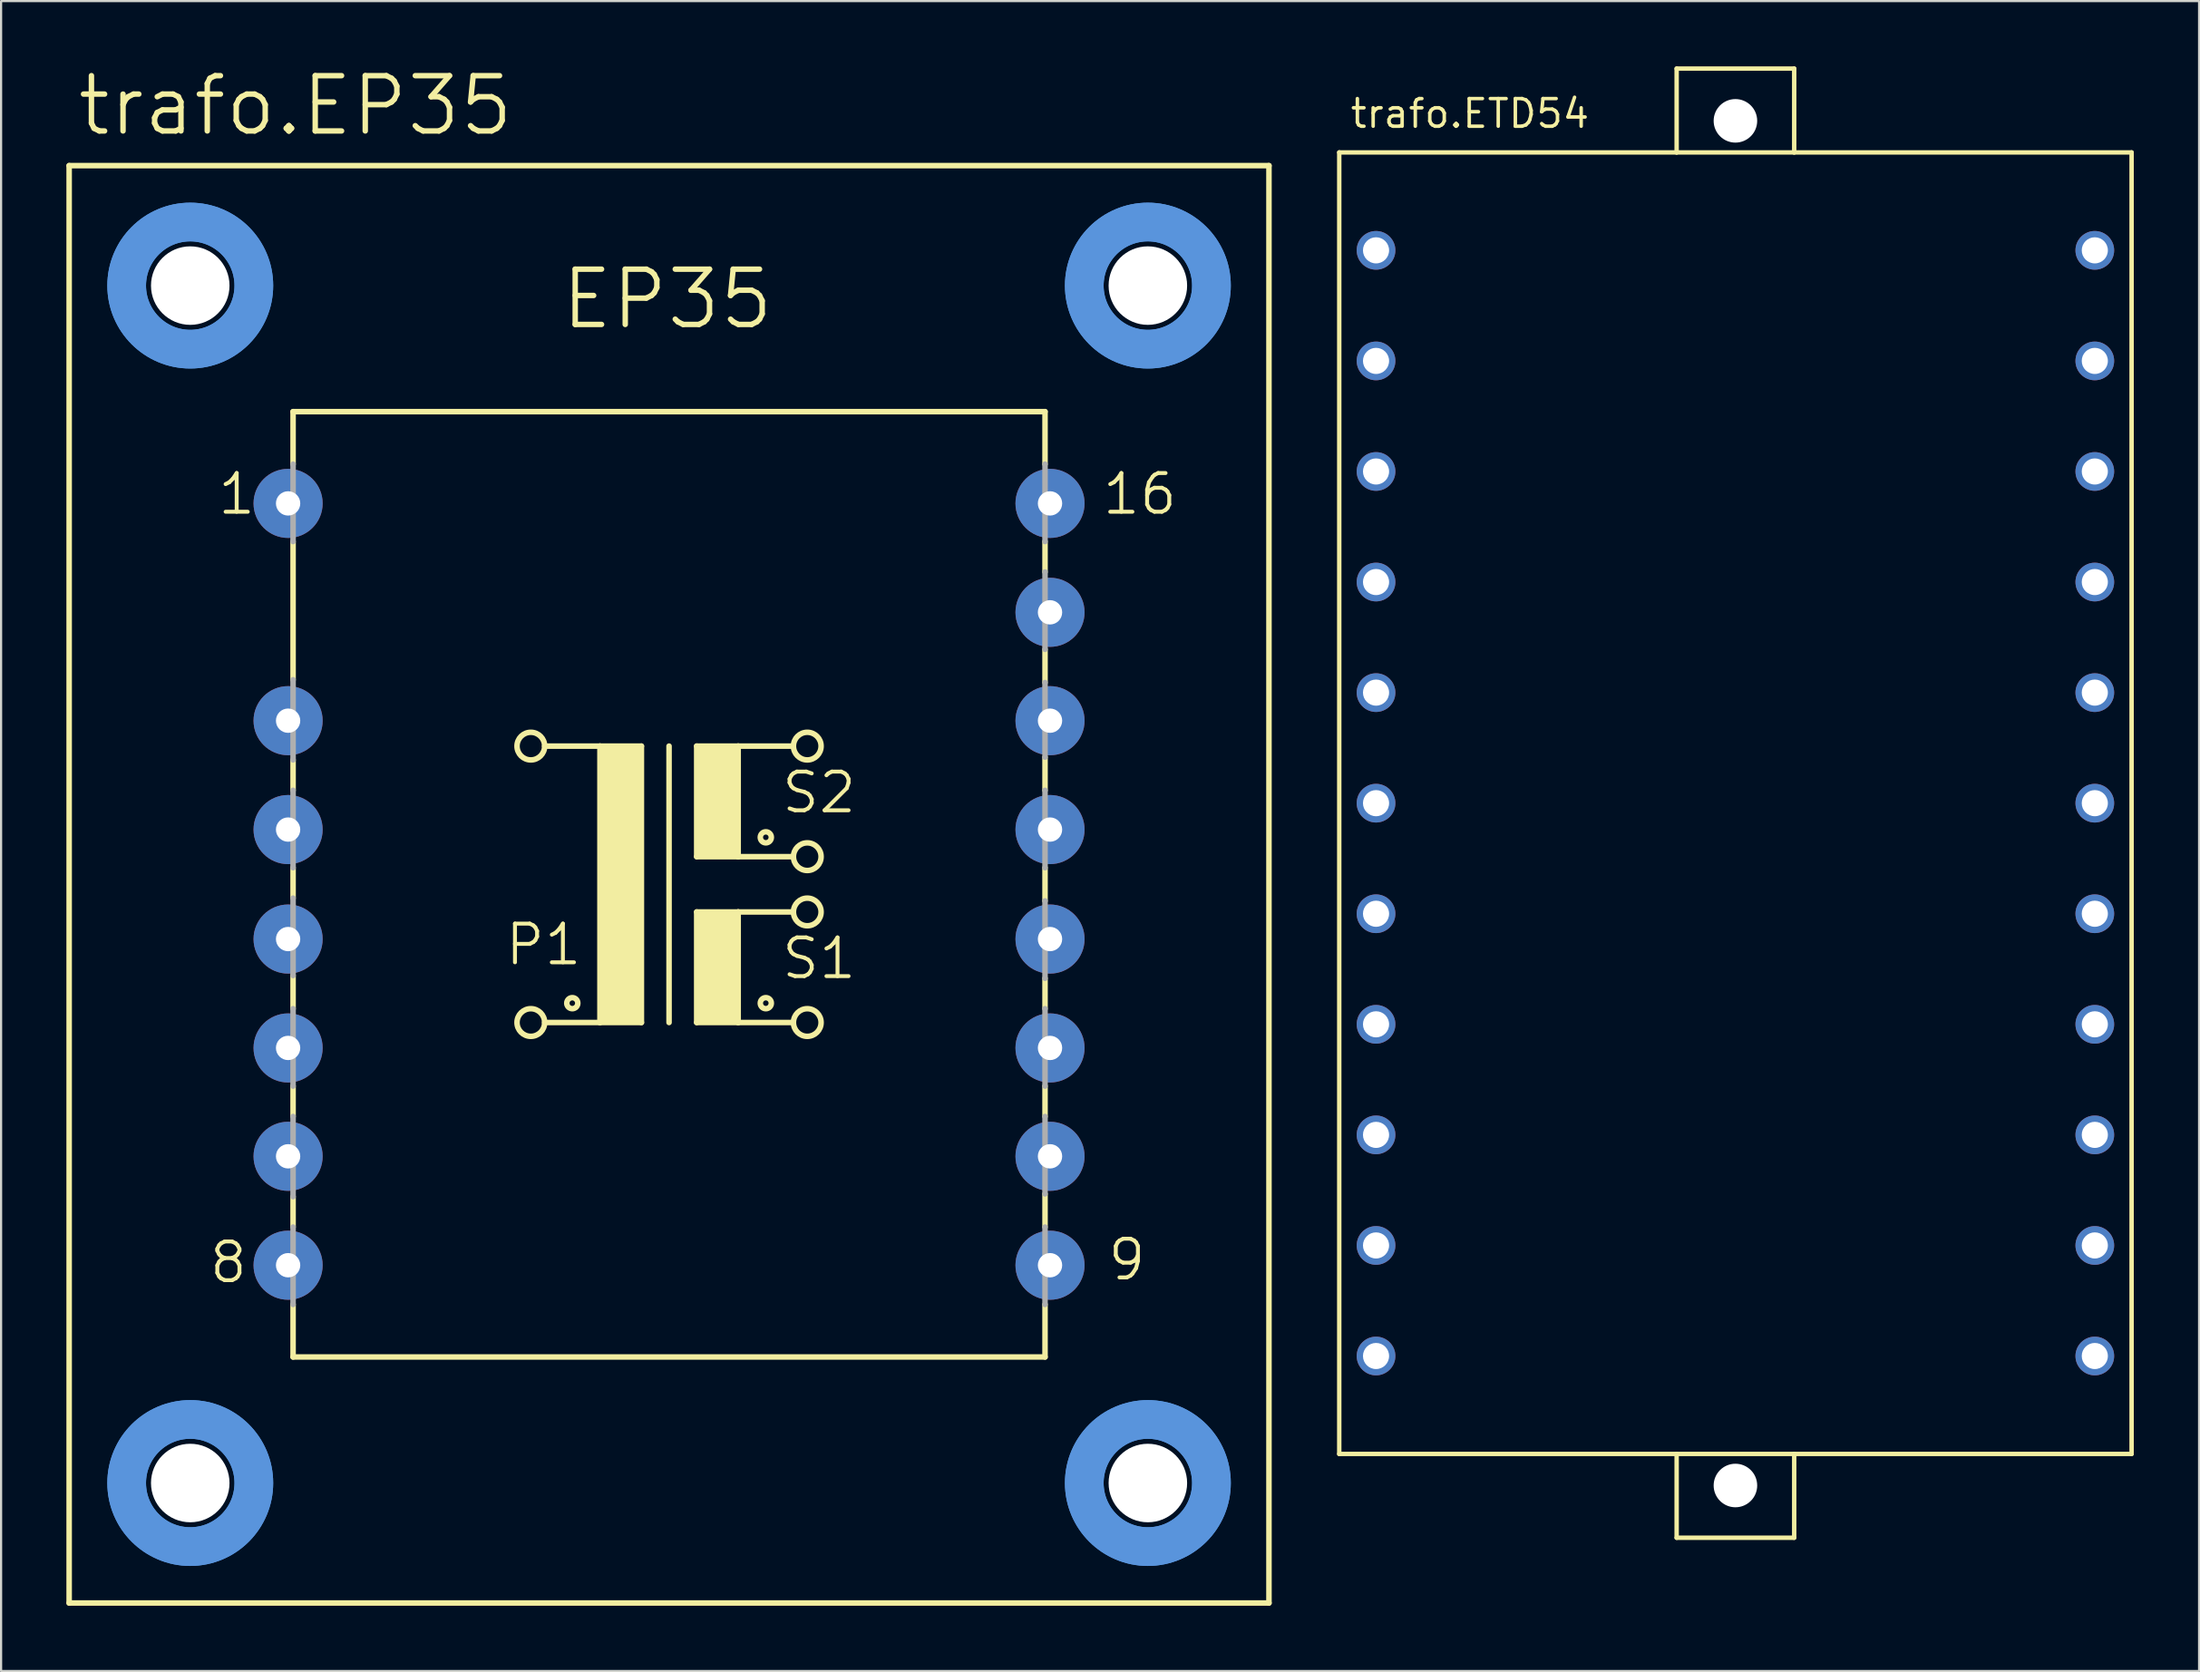
<source format=kicad_pcb>
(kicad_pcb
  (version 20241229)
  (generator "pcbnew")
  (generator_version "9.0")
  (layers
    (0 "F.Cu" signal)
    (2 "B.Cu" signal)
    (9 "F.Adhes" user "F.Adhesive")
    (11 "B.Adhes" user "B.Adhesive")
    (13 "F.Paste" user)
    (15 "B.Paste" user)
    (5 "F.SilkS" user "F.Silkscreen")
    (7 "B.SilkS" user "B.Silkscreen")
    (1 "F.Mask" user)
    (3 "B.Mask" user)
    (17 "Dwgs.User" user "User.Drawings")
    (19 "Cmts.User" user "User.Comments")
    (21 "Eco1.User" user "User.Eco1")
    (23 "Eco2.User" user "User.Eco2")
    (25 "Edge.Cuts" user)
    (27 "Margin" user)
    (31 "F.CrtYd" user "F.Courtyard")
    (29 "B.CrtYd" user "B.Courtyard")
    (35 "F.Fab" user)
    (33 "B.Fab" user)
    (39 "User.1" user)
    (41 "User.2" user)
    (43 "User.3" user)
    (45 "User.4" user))
  (footprint "trafo.ETD54"
    (layer "F.Cu")
    (at 76.674 33.852)
    (property "Reference" "trafo.ETD54" (at -17.775 -30.94 0) (layer "F.SilkS") (effects (font (size 1.27 1.27) (thickness 0.16)) (justify left bottom)))
    (attr through_hole)
    (fp_line (start -18.2 -29.9) (end -2.7 -29.9) (stroke (width 0.203) (type default)) (layer "F.SilkS"))
    (fp_line (start -18.2 29.9) (end -18.2 -29.9) (stroke (width 0.203) (type default)) (layer "F.SilkS"))
    (fp_line (start -2.7 -33.75) (end -2.7 -29.9) (stroke (width 0.203) (type default)) (layer "F.SilkS"))
    (fp_line (start -2.7 -29.9) (end 2.7 -29.9) (stroke (width 0.203) (type default)) (layer "F.SilkS"))
    (fp_line (start -2.7 33.75) (end -2.7 29.9) (stroke (width 0.203) (type default)) (layer "F.SilkS"))
    (fp_line (start -2.7 33.75) (end 2.7 33.75) (stroke (width 0.203) (type default)) (layer "F.SilkS"))
    (fp_line (start 2.7 -33.75) (end -2.7 -33.75) (stroke (width 0.203) (type default)) (layer "F.SilkS"))
    (fp_line (start 2.7 -33.75) (end 2.7 -29.9) (stroke (width 0.203) (type default)) (layer "F.SilkS"))
    (fp_line (start 2.7 -29.9) (end 18.2 -29.9) (stroke (width 0.203) (type default)) (layer "F.SilkS"))
    (fp_line (start 2.7 33.75) (end 2.7 29.9) (stroke (width 0.203) (type default)) (layer "F.SilkS"))
    (fp_line (start 18.2 -29.9) (end 18.2 29.9) (stroke (width 0.203) (type default)) (layer "F.SilkS"))
    (fp_line (start 18.2 29.9) (end -18.2 29.9) (stroke (width 0.203) (type default)) (layer "F.SilkS"))
    (pad "" np_thru_hole circle (at 0 -31.35) (size 2 2) (drill 2) (layers "*.Cu" "*.Mask"))
    (pad "" np_thru_hole circle (at 0 31.35) (size 2 2) (drill 2) (layers "*.Cu" "*.Mask"))
    (pad "1" thru_hole circle (at -16.51 -25.4) (size 1.778 1.778) (drill 1.2) (layers "*.Cu" "*.Mask"))
    (pad "2" thru_hole circle (at -16.51 -20.32) (size 1.778 1.778) (drill 1.2) (layers "*.Cu" "*.Mask"))
    (pad "3" thru_hole circle (at -16.51 -15.24) (size 1.778 1.778) (drill 1.2) (layers "*.Cu" "*.Mask"))
    (pad "4" thru_hole circle (at -16.51 -10.16) (size 1.778 1.778) (drill 1.2) (layers "*.Cu" "*.Mask"))
    (pad "5" thru_hole circle (at -16.51 -5.08) (size 1.778 1.778) (drill 1.2) (layers "*.Cu" "*.Mask"))
    (pad "6" thru_hole circle (at -16.51 0) (size 1.778 1.778) (drill 1.2) (layers "*.Cu" "*.Mask"))
    (pad "7" thru_hole circle (at -16.51 5.08) (size 1.778 1.778) (drill 1.2) (layers "*.Cu" "*.Mask"))
    (pad "8" thru_hole circle (at -16.51 10.16) (size 1.778 1.778) (drill 1.2) (layers "*.Cu" "*.Mask"))
    (pad "9" thru_hole circle (at -16.51 15.24) (size 1.778 1.778) (drill 1.2) (layers "*.Cu" "*.Mask"))
    (pad "10" thru_hole circle (at -16.51 20.32) (size 1.778 1.778) (drill 1.2) (layers "*.Cu" "*.Mask"))
    (pad "11" thru_hole circle (at -16.51 25.4) (size 1.778 1.778) (drill 1.2) (layers "*.Cu" "*.Mask"))
    (pad "12" thru_hole circle (at 16.51 25.4 180) (size 1.778 1.778) (drill 1.2) (layers "*.Cu" "*.Mask"))
    (pad "13" thru_hole circle (at 16.51 20.32 180) (size 1.778 1.778) (drill 1.2) (layers "*.Cu" "*.Mask"))
    (pad "14" thru_hole circle (at 16.51 15.24 180) (size 1.778 1.778) (drill 1.2) (layers "*.Cu" "*.Mask"))
    (pad "15" thru_hole circle (at 16.51 10.16 180) (size 1.778 1.778) (drill 1.2) (layers "*.Cu" "*.Mask"))
    (pad "16" thru_hole circle (at 16.51 5.08 180) (size 1.778 1.778) (drill 1.2) (layers "*.Cu" "*.Mask"))
    (pad "17" thru_hole circle (at 16.51 0 180) (size 1.778 1.778) (drill 1.2) (layers "*.Cu" "*.Mask"))
    (pad "18" thru_hole circle (at 16.51 -5.08 180) (size 1.778 1.778) (drill 1.2) (layers "*.Cu" "*.Mask"))
    (pad "19" thru_hole circle (at 16.51 -10.16 180) (size 1.778 1.778) (drill 1.2) (layers "*.Cu" "*.Mask"))
    (pad "20" thru_hole circle (at 16.51 -15.24 180) (size 1.778 1.778) (drill 1.2) (layers "*.Cu" "*.Mask"))
    (pad "21" thru_hole circle (at 16.51 -20.32 180) (size 1.778 1.778) (drill 1.2) (layers "*.Cu" "*.Mask"))
    (pad "22" thru_hole circle (at 16.51 -25.4 180) (size 1.778 1.778) (drill 1.2) (layers "*.Cu" "*.Mask")))
  (footprint "trafo.EP35"
    (layer "F.Cu")
    (at 27.686 37.58)
    (property "Reference" "trafo.EP35" (at -27.305 -34.29 0) (layer "F.SilkS") (effects (font (size 2.54 2.54) (thickness 0.25)) (justify left bottom)))
    (attr through_hole)
    (fp_line (start -27.559 33.02) (end -27.559 -33.02) (stroke (width 0.254) (type default)) (layer "F.SilkS"))
    (fp_line (start -27.559 33.02) (end 27.559 33.02) (stroke (width 0.254) (type default)) (layer "F.SilkS"))
    (fp_line (start -17.272 -21.717) (end -17.272 -19.304) (stroke (width 0.254) (type default)) (layer "F.SilkS"))
    (fp_line (start -17.272 -21.717) (end 17.272 -21.717) (stroke (width 0.254) (type default)) (layer "F.SilkS"))
    (fp_line (start -17.272 -15.748) (end -17.272 -9.398) (stroke (width 0.254) (type default)) (layer "F.SilkS"))
    (fp_line (start -17.272 -5.715) (end -17.272 -4.318) (stroke (width 0.254) (type default)) (layer "F.SilkS"))
    (fp_line (start -17.272 -0.762) (end -17.272 0.635) (stroke (width 0.254) (type default)) (layer "F.SilkS"))
    (fp_line (start -17.272 4.191) (end -17.272 5.715) (stroke (width 0.254) (type default)) (layer "F.SilkS"))
    (fp_line (start -17.272 9.271) (end -17.272 10.668) (stroke (width 0.254) (type default)) (layer "F.SilkS"))
    (fp_line (start -17.272 14.351) (end -17.272 15.748) (stroke (width 0.254) (type default)) (layer "F.SilkS"))
    (fp_line (start -17.272 19.304) (end -17.272 21.717) (stroke (width 0.254) (type default)) (layer "F.SilkS"))
    (fp_line (start -5.715 -6.35) (end -3.175 -6.35) (stroke (width 0.254) (type default)) (layer "F.SilkS"))
    (fp_line (start -3.175 -6.35) (end -3.175 6.35) (stroke (width 0.254) (type default)) (layer "F.SilkS"))
    (fp_line (start -3.175 -6.35) (end -1.27 -6.35) (stroke (width 0.254) (type default)) (layer "F.SilkS"))
    (fp_line (start -3.175 6.35) (end -5.715 6.35) (stroke (width 0.254) (type default)) (layer "F.SilkS"))
    (fp_line (start -1.27 -6.35) (end -1.27 6.35) (stroke (width 0.254) (type default)) (layer "F.SilkS"))
    (fp_line (start -1.27 6.35) (end -3.175 6.35) (stroke (width 0.254) (type default)) (layer "F.SilkS"))
    (fp_line (start 0 -6.35) (end 0 6.35) (stroke (width 0.254) (type default)) (layer "F.SilkS"))
    (fp_line (start 1.27 -6.35) (end 1.27 -1.27) (stroke (width 0.254) (type default)) (layer "F.SilkS"))
    (fp_line (start 1.27 -6.35) (end 3.175 -6.35) (stroke (width 0.254) (type default)) (layer "F.SilkS"))
    (fp_line (start 1.27 -1.27) (end 3.175 -1.27) (stroke (width 0.254) (type default)) (layer "F.SilkS"))
    (fp_line (start 1.27 1.27) (end 1.27 6.35) (stroke (width 0.254) (type default)) (layer "F.SilkS"))
    (fp_line (start 1.27 1.27) (end 3.175 1.27) (stroke (width 0.254) (type default)) (layer "F.SilkS"))
    (fp_line (start 1.27 6.35) (end 3.175 6.35) (stroke (width 0.254) (type default)) (layer "F.SilkS"))
    (fp_line (start 3.175 -6.35) (end 5.715 -6.35) (stroke (width 0.254) (type default)) (layer "F.SilkS"))
    (fp_line (start 3.175 -1.27) (end 3.175 -6.35) (stroke (width 0.254) (type default)) (layer "F.SilkS"))
    (fp_line (start 3.175 -1.27) (end 5.715 -1.27) (stroke (width 0.254) (type default)) (layer "F.SilkS"))
    (fp_line (start 3.175 1.27) (end 5.715 1.27) (stroke (width 0.254) (type default)) (layer "F.SilkS"))
    (fp_line (start 3.175 6.35) (end 3.175 1.27) (stroke (width 0.254) (type default)) (layer "F.SilkS"))
    (fp_line (start 3.175 6.35) (end 5.715 6.35) (stroke (width 0.254) (type default)) (layer "F.SilkS"))
    (fp_line (start 17.272 -19.304) (end 17.272 -21.717) (stroke (width 0.254) (type default)) (layer "F.SilkS"))
    (fp_line (start 17.272 -14.351) (end 17.272 -15.748) (stroke (width 0.254) (type default)) (layer "F.SilkS"))
    (fp_line (start 17.272 -9.271) (end 17.272 -10.795) (stroke (width 0.254) (type default)) (layer "F.SilkS"))
    (fp_line (start 17.272 -4.318) (end 17.272 -5.842) (stroke (width 0.254) (type default)) (layer "F.SilkS"))
    (fp_line (start 17.272 0.762) (end 17.272 -0.762) (stroke (width 0.254) (type default)) (layer "F.SilkS"))
    (fp_line (start 17.272 5.715) (end 17.272 4.318) (stroke (width 0.254) (type default)) (layer "F.SilkS"))
    (fp_line (start 17.272 10.668) (end 17.272 9.271) (stroke (width 0.254) (type default)) (layer "F.SilkS"))
    (fp_line (start 17.272 15.748) (end 17.272 14.224) (stroke (width 0.254) (type default)) (layer "F.SilkS"))
    (fp_line (start 17.272 21.717) (end -17.272 21.717) (stroke (width 0.254) (type default)) (layer "F.SilkS"))
    (fp_line (start 17.272 21.717) (end 17.272 19.304) (stroke (width 0.254) (type default)) (layer "F.SilkS"))
    (fp_line (start 27.559 -33.02) (end -27.559 -33.02) (stroke (width 0.254) (type default)) (layer "F.SilkS"))
    (fp_line (start 27.559 -33.02) (end 27.559 33.02) (stroke (width 0.254) (type default)) (layer "F.SilkS"))
    (fp_rect (start -3.175 6.35) (end -1.27 -6.35) (stroke (width 0.05) (type default)) (fill yes) (layer "F.SilkS"))
    (fp_rect (start 1.27 -1.27) (end 3.175 -6.35) (stroke (width 0.05) (type default)) (fill yes) (layer "F.SilkS"))
    (fp_rect (start 1.27 6.35) (end 3.175 1.27) (stroke (width 0.05) (type default)) (fill yes) (layer "F.SilkS"))
    (fp_circle (center -6.35 -6.35) (end -5.715 -6.35) (stroke (width 0.254) (type default)) (fill no) (layer "F.SilkS"))
    (fp_circle (center -6.35 6.35) (end -5.715 6.35) (stroke (width 0.254) (type default)) (fill no) (layer "F.SilkS"))
    (fp_circle (center -4.445 5.461) (end -4.191 5.461) (stroke (width 0.254) (type default)) (fill no) (layer "F.SilkS"))
    (fp_circle (center 4.445 -2.159) (end 4.699 -2.159) (stroke (width 0.254) (type default)) (fill no) (layer "F.SilkS"))
    (fp_circle (center 4.445 5.461) (end 4.699 5.461) (stroke (width 0.254) (type default)) (fill no) (layer "F.SilkS"))
    (fp_circle (center 6.35 -6.35) (end 6.985 -6.35) (stroke (width 0.254) (type default)) (fill no) (layer "F.SilkS"))
    (fp_circle (center 6.35 -1.27) (end 6.985 -1.27) (stroke (width 0.254) (type default)) (fill no) (layer "F.SilkS"))
    (fp_circle (center 6.35 1.27) (end 6.985 1.27) (stroke (width 0.254) (type default)) (fill no) (layer "F.SilkS"))
    (fp_circle (center 6.35 6.35) (end 6.985 6.35) (stroke (width 0.254) (type default)) (fill no) (layer "F.SilkS"))
    (fp_circle (center -21.996 -27.508) (end -19.075 -27.508) (stroke (width 1.778) (type default)) (fill no) (layer "Cmts.User"))
    (fp_circle (center -21.996 -27.508) (end -19.075 -27.508) (stroke (width 1.778) (type default)) (fill no) (layer "Cmts.User"))
    (fp_circle (center -21.996 27.508) (end -19.075 27.508) (stroke (width 1.778) (type default)) (fill no) (layer "Cmts.User"))
    (fp_circle (center -21.996 27.508) (end -19.075 27.508) (stroke (width 1.778) (type default)) (fill no) (layer "Cmts.User"))
    (fp_circle (center 21.996 -27.508) (end 24.917 -27.508) (stroke (width 1.778) (type default)) (fill no) (layer "Cmts.User"))
    (fp_circle (center 21.996 -27.508) (end 24.917 -27.508) (stroke (width 1.778) (type default)) (fill no) (layer "Cmts.User"))
    (fp_circle (center 21.996 27.508) (end 24.917 27.508) (stroke (width 1.778) (type default)) (fill no) (layer "Cmts.User"))
    (fp_circle (center 21.996 27.508) (end 24.917 27.508) (stroke (width 1.778) (type default)) (fill no) (layer "Cmts.User"))
    (fp_line (start -17.272 -15.748) (end -17.272 -19.304) (stroke (width 0.254) (type default)) (layer "F.Fab"))
    (fp_line (start -17.272 -5.715) (end -17.272 -9.398) (stroke (width 0.254) (type default)) (layer "F.Fab"))
    (fp_line (start -17.272 -0.762) (end -17.272 -4.318) (stroke (width 0.254) (type default)) (layer "F.Fab"))
    (fp_line (start -17.272 4.191) (end -17.272 0.635) (stroke (width 0.254) (type default)) (layer "F.Fab"))
    (fp_line (start -17.272 9.271) (end -17.272 5.715) (stroke (width 0.254) (type default)) (layer "F.Fab"))
    (fp_line (start -17.272 14.351) (end -17.272 10.668) (stroke (width 0.254) (type default)) (layer "F.Fab"))
    (fp_line (start -17.272 19.304) (end -17.272 15.748) (stroke (width 0.254) (type default)) (layer "F.Fab"))
    (fp_line (start 17.272 -19.304) (end 17.272 -15.748) (stroke (width 0.254) (type default)) (layer "F.Fab"))
    (fp_line (start 17.272 -14.351) (end 17.272 -10.795) (stroke (width 0.254) (type default)) (layer "F.Fab"))
    (fp_line (start 17.272 -9.271) (end 17.272 -5.842) (stroke (width 0.254) (type default)) (layer "F.Fab"))
    (fp_line (start 17.272 -4.318) (end 17.272 -0.762) (stroke (width 0.254) (type default)) (layer "F.Fab"))
    (fp_line (start 17.272 0.762) (end 17.272 4.318) (stroke (width 0.254) (type default)) (layer "F.Fab"))
    (fp_line (start 17.272 5.715) (end 17.272 9.271) (stroke (width 0.254) (type default)) (layer "F.Fab"))
    (fp_line (start 17.272 10.668) (end 17.272 14.224) (stroke (width 0.254) (type default)) (layer "F.Fab"))
    (fp_line (start 17.272 15.748) (end 17.272 19.304) (stroke (width 0.254) (type default)) (layer "F.Fab"))
    (fp_text user "1" (at -20.828 -16.891 0) (layer "F.SilkS") (effects (font (size 1.778 1.778) (thickness 0.18)) (justify left bottom)))
    (fp_text user "EP35" (at -5.08 -25.4 0) (layer "F.SilkS") (effects (font (size 2.54 2.54) (thickness 0.25)) (justify left bottom)))
    (fp_text user "P1" (at -7.62 3.81 0) (layer "F.SilkS") (effects (font (size 1.778 1.778) (thickness 0.18)) (justify left bottom)))
    (fp_text user "S1" (at 5.08 4.445 0) (layer "F.SilkS") (effects (font (size 1.778 1.778) (thickness 0.18)) (justify left bottom)))
    (fp_text user "S2" (at 5.08 -3.175 0) (layer "F.SilkS") (effects (font (size 1.778 1.778) (thickness 0.18)) (justify left bottom)))
    (fp_text user "8" (at -21.209 18.415 0) (layer "F.SilkS") (effects (font (size 1.778 1.778) (thickness 0.18)) (justify left bottom)))
    (fp_text user "16" (at 19.812 -16.891 0) (layer "F.SilkS") (effects (font (size 1.778 1.778) (thickness 0.18)) (justify left bottom)))
    (fp_text user "9" (at 20.066 18.288 0) (layer "F.SilkS") (effects (font (size 1.778 1.778) (thickness 0.18)) (justify left bottom)))
    (pad "" np_thru_hole circle (at -21.996 -27.508) (size 3.607 3.607) (drill 3.607) (layers "*.Cu" "*.Mask"))
    (pad "" np_thru_hole circle (at -21.996 27.508) (size 3.607 3.607) (drill 3.607) (layers "*.Cu" "*.Mask"))
    (pad "" np_thru_hole circle (at 21.996 -27.508) (size 3.607 3.607) (drill 3.607) (layers "*.Cu" "*.Mask"))
    (pad "" np_thru_hole circle (at 21.996 27.508) (size 3.607 3.607) (drill 3.607) (layers "*.Cu" "*.Mask"))
    (pad "1" thru_hole circle (at -17.501 -17.501) (size 3.175 3.175) (drill 1.118) (layers "*.Cu" "*.Mask"))
    (pad "3" thru_hole circle (at -17.501 -7.518) (size 3.175 3.175) (drill 1.118) (layers "*.Cu" "*.Mask"))
    (pad "4" thru_hole circle (at -17.501 -2.515) (size 3.175 3.175) (drill 1.118) (layers "*.Cu" "*.Mask"))
    (pad "5" thru_hole circle (at -17.501 2.515) (size 3.175 3.175) (drill 1.118) (layers "*.Cu" "*.Mask"))
    (pad "6" thru_hole circle (at -17.501 7.518) (size 3.175 3.175) (drill 1.118) (layers "*.Cu" "*.Mask"))
    (pad "7" thru_hole circle (at -17.501 12.497) (size 3.175 3.175) (drill 1.118) (layers "*.Cu" "*.Mask"))
    (pad "8" thru_hole circle (at -17.501 17.501) (size 3.175 3.175) (drill 1.118) (layers "*.Cu" "*.Mask"))
    (pad "9" thru_hole circle (at 17.501 17.501) (size 3.175 3.175) (drill 1.118) (layers "*.Cu" "*.Mask"))
    (pad "10" thru_hole circle (at 17.501 12.497) (size 3.175 3.175) (drill 1.118) (layers "*.Cu" "*.Mask"))
    (pad "11" thru_hole circle (at 17.501 7.518) (size 3.175 3.175) (drill 1.118) (layers "*.Cu" "*.Mask"))
    (pad "12" thru_hole circle (at 17.501 2.515) (size 3.175 3.175) (drill 1.118) (layers "*.Cu" "*.Mask"))
    (pad "13" thru_hole circle (at 17.501 -2.515) (size 3.175 3.175) (drill 1.118) (layers "*.Cu" "*.Mask"))
    (pad "14" thru_hole circle (at 17.501 -7.518) (size 3.175 3.175) (drill 1.118) (layers "*.Cu" "*.Mask"))
    (pad "15" thru_hole circle (at 17.501 -12.497) (size 3.175 3.175) (drill 1.118) (layers "*.Cu" "*.Mask"))
    (pad "16" thru_hole circle (at 17.501 -17.501) (size 3.175 3.175) (drill 1.118) (layers "*.Cu" "*.Mask")))
  (gr_rect
    (start -3 -3)
    (end 97.975 73.727)
    (stroke (width 0.1) (type default))
    (fill no)
    (layer "Edge.Cuts")))
</source>
